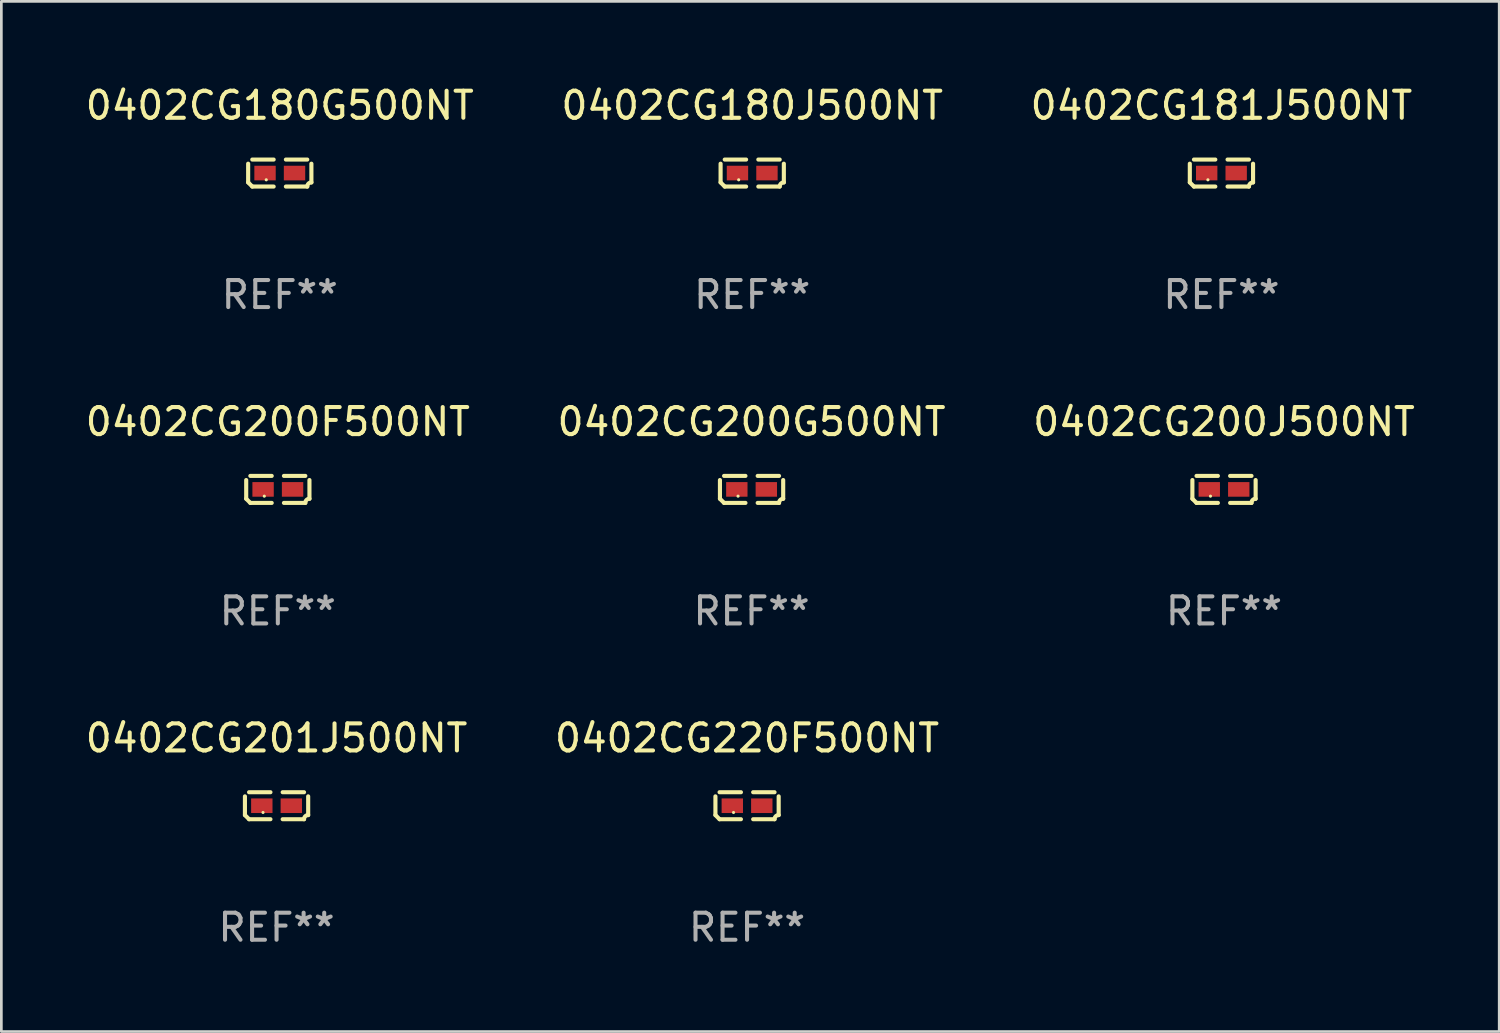
<source format=kicad_pcb>
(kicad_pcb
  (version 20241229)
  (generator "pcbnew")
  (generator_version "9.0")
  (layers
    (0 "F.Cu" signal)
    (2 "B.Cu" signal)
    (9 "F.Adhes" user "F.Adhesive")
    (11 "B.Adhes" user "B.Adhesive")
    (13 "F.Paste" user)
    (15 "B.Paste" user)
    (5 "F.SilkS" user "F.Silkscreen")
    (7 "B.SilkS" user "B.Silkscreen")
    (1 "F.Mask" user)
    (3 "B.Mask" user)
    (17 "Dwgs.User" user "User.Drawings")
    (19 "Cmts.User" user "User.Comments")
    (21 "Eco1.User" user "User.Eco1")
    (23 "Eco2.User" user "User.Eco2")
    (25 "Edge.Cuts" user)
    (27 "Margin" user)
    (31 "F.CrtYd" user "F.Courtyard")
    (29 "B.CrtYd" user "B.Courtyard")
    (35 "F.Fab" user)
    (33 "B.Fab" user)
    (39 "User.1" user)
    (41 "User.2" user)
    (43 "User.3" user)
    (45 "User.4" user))
  (footprint "0402CG201J500NT"
    (layer "F.Cu")
    (at 7.173 26.734)
    (property "Reference" "0402CG201J500NT" (at 0 -2.499 0) (layer "F.SilkS") (effects (font (size 1 1) (thickness 0.15))))
    (attr through_hole)
    (fp_line (start -1.169 0.346) (end -1.169 -0.346) (stroke (width 0.152) (type solid)) (layer "F.SilkS"))
    (fp_line (start -1.016 -0.499) (end -0.226 -0.499) (stroke (width 0.152) (type solid)) (layer "F.SilkS"))
    (fp_line (start -0.226 0.499) (end -1.016 0.499) (stroke (width 0.152) (type solid)) (layer "F.SilkS"))
    (fp_line (start 0.226 0.499) (end 1.016 0.499) (stroke (width 0.152) (type solid)) (layer "F.SilkS"))
    (fp_line (start 1.016 -0.499) (end 0.226 -0.499) (stroke (width 0.152) (type solid)) (layer "F.SilkS"))
    (fp_line (start 1.169 0.346) (end 1.169 -0.346) (stroke (width 0.152) (type solid)) (layer "F.SilkS"))
    (fp_arc (start -1.016307 0.498603) (mid -1.092512 0.422405) (end -1.16871 0.3462) (stroke (width 0.1524) (type solid)) (layer "F.SilkS"))
    (fp_arc (start 1.016307 0.498603) (mid 1.060899 0.390758) (end 1.168707 0.346076) (stroke (width 0.1524) (type solid)) (layer "F.SilkS"))
    (fp_circle (center -0.5 0.25) (end -0.47 0.25) (stroke (width 0.06) (type solid)) (fill no) (layer "F.SilkS"))
    (fp_text user "REF**" (at 0 4.499 0) (layer "F.Fab") (effects (font (size 1 1) (thickness 0.15))))
    (pad "1" smd rect (at -0.545 0) (size 0.79 0.54) (layers "F.Cu" "F.Mask" "F.Paste"))
    (pad "2" smd rect (at 0.545 0) (size 0.79 0.54) (layers "F.Cu" "F.Mask" "F.Paste")))
  (footprint "0402CG200G500NT"
    (layer "F.Cu")
    (at 24.732 15.041)
    (property "Reference" "0402CG200G500NT" (at 0 -2.499 0) (layer "F.SilkS") (effects (font (size 1 1) (thickness 0.15))))
    (attr through_hole)
    (fp_line (start -1.169 0.346) (end -1.169 -0.346) (stroke (width 0.152) (type solid)) (layer "F.SilkS"))
    (fp_line (start -1.016 -0.499) (end -0.226 -0.499) (stroke (width 0.152) (type solid)) (layer "F.SilkS"))
    (fp_line (start -0.226 0.499) (end -1.016 0.499) (stroke (width 0.152) (type solid)) (layer "F.SilkS"))
    (fp_line (start 0.226 0.499) (end 1.016 0.499) (stroke (width 0.152) (type solid)) (layer "F.SilkS"))
    (fp_line (start 1.016 -0.499) (end 0.226 -0.499) (stroke (width 0.152) (type solid)) (layer "F.SilkS"))
    (fp_line (start 1.169 0.346) (end 1.169 -0.346) (stroke (width 0.152) (type solid)) (layer "F.SilkS"))
    (fp_arc (start -1.016307 0.498603) (mid -1.092512 0.422405) (end -1.16871 0.3462) (stroke (width 0.1524) (type solid)) (layer "F.SilkS"))
    (fp_arc (start 1.016307 0.498603) (mid 1.060899 0.390758) (end 1.168707 0.346076) (stroke (width 0.1524) (type solid)) (layer "F.SilkS"))
    (fp_circle (center -0.5 0.25) (end -0.47 0.25) (stroke (width 0.06) (type solid)) (fill no) (layer "F.SilkS"))
    (fp_text user "REF**" (at 0 4.499 0) (layer "F.Fab") (effects (font (size 1 1) (thickness 0.15))))
    (pad "1" smd rect (at -0.545 0) (size 0.79 0.54) (layers "F.Cu" "F.Mask" "F.Paste"))
    (pad "2" smd rect (at 0.545 0) (size 0.79 0.54) (layers "F.Cu" "F.Mask" "F.Paste")))
  (footprint "0402CG180J500NT"
    (layer "F.Cu")
    (at 24.756 3.347)
    (property "Reference" "0402CG180J500NT" (at 0 -2.499 0) (layer "F.SilkS") (effects (font (size 1 1) (thickness 0.15))))
    (attr through_hole)
    (fp_line (start -1.169 0.346) (end -1.169 -0.346) (stroke (width 0.152) (type solid)) (layer "F.SilkS"))
    (fp_line (start -1.016 -0.499) (end -0.226 -0.499) (stroke (width 0.152) (type solid)) (layer "F.SilkS"))
    (fp_line (start -0.226 0.499) (end -1.016 0.499) (stroke (width 0.152) (type solid)) (layer "F.SilkS"))
    (fp_line (start 0.226 0.499) (end 1.016 0.499) (stroke (width 0.152) (type solid)) (layer "F.SilkS"))
    (fp_line (start 1.016 -0.499) (end 0.226 -0.499) (stroke (width 0.152) (type solid)) (layer "F.SilkS"))
    (fp_line (start 1.169 0.346) (end 1.169 -0.346) (stroke (width 0.152) (type solid)) (layer "F.SilkS"))
    (fp_arc (start -1.016307 0.498603) (mid -1.092512 0.422405) (end -1.16871 0.3462) (stroke (width 0.1524) (type solid)) (layer "F.SilkS"))
    (fp_arc (start 1.016307 0.498603) (mid 1.060899 0.390758) (end 1.168707 0.346076) (stroke (width 0.1524) (type solid)) (layer "F.SilkS"))
    (fp_circle (center -0.5 0.25) (end -0.47 0.25) (stroke (width 0.06) (type solid)) (fill no) (layer "F.SilkS"))
    (fp_text user "REF**" (at 0 4.499 0) (layer "F.Fab") (effects (font (size 1 1) (thickness 0.15))))
    (pad "1" smd rect (at -0.545 0) (size 0.79 0.54) (layers "F.Cu" "F.Mask" "F.Paste"))
    (pad "2" smd rect (at 0.545 0) (size 0.79 0.54) (layers "F.Cu" "F.Mask" "F.Paste")))
  (footprint "0402CG200J500NT"
    (layer "F.Cu")
    (at 42.196 15.041)
    (property "Reference" "0402CG200J500NT" (at 0 -2.499 0) (layer "F.SilkS") (effects (font (size 1 1) (thickness 0.15))))
    (attr through_hole)
    (fp_line (start -1.169 0.346) (end -1.169 -0.346) (stroke (width 0.152) (type solid)) (layer "F.SilkS"))
    (fp_line (start -1.016 -0.499) (end -0.226 -0.499) (stroke (width 0.152) (type solid)) (layer "F.SilkS"))
    (fp_line (start -0.226 0.499) (end -1.016 0.499) (stroke (width 0.152) (type solid)) (layer "F.SilkS"))
    (fp_line (start 0.226 0.499) (end 1.016 0.499) (stroke (width 0.152) (type solid)) (layer "F.SilkS"))
    (fp_line (start 1.016 -0.499) (end 0.226 -0.499) (stroke (width 0.152) (type solid)) (layer "F.SilkS"))
    (fp_line (start 1.169 0.346) (end 1.169 -0.346) (stroke (width 0.152) (type solid)) (layer "F.SilkS"))
    (fp_arc (start -1.016307 0.498603) (mid -1.092512 0.422405) (end -1.16871 0.3462) (stroke (width 0.1524) (type solid)) (layer "F.SilkS"))
    (fp_arc (start 1.016307 0.498603) (mid 1.060899 0.390758) (end 1.168707 0.346076) (stroke (width 0.1524) (type solid)) (layer "F.SilkS"))
    (fp_circle (center -0.5 0.25) (end -0.47 0.25) (stroke (width 0.06) (type solid)) (fill no) (layer "F.SilkS"))
    (fp_text user "REF**" (at 0 4.499 0) (layer "F.Fab") (effects (font (size 1 1) (thickness 0.15))))
    (pad "1" smd rect (at -0.545 0) (size 0.79 0.54) (layers "F.Cu" "F.Mask" "F.Paste"))
    (pad "2" smd rect (at 0.545 0) (size 0.79 0.54) (layers "F.Cu" "F.Mask" "F.Paste")))
  (footprint "0402CG200F500NT"
    (layer "F.Cu")
    (at 7.22 15.041)
    (property "Reference" "0402CG200F500NT" (at 0 -2.499 0) (layer "F.SilkS") (effects (font (size 1 1) (thickness 0.15))))
    (attr through_hole)
    (fp_line (start -1.169 0.346) (end -1.169 -0.346) (stroke (width 0.152) (type solid)) (layer "F.SilkS"))
    (fp_line (start -1.016 -0.499) (end -0.226 -0.499) (stroke (width 0.152) (type solid)) (layer "F.SilkS"))
    (fp_line (start -0.226 0.499) (end -1.016 0.499) (stroke (width 0.152) (type solid)) (layer "F.SilkS"))
    (fp_line (start 0.226 0.499) (end 1.016 0.499) (stroke (width 0.152) (type solid)) (layer "F.SilkS"))
    (fp_line (start 1.016 -0.499) (end 0.226 -0.499) (stroke (width 0.152) (type solid)) (layer "F.SilkS"))
    (fp_line (start 1.169 0.346) (end 1.169 -0.346) (stroke (width 0.152) (type solid)) (layer "F.SilkS"))
    (fp_arc (start -1.016307 0.498603) (mid -1.092512 0.422405) (end -1.16871 0.3462) (stroke (width 0.1524) (type solid)) (layer "F.SilkS"))
    (fp_arc (start 1.016307 0.498603) (mid 1.060899 0.390758) (end 1.168707 0.346076) (stroke (width 0.1524) (type solid)) (layer "F.SilkS"))
    (fp_circle (center -0.5 0.25) (end -0.47 0.25) (stroke (width 0.06) (type solid)) (fill no) (layer "F.SilkS"))
    (fp_text user "REF**" (at 0 4.499 0) (layer "F.Fab") (effects (font (size 1 1) (thickness 0.15))))
    (pad "1" smd rect (at -0.545 0) (size 0.79 0.54) (layers "F.Cu" "F.Mask" "F.Paste"))
    (pad "2" smd rect (at 0.545 0) (size 0.79 0.54) (layers "F.Cu" "F.Mask" "F.Paste")))
  (footprint "0402CG181J500NT"
    (layer "F.Cu")
    (at 42.101 3.347)
    (property "Reference" "0402CG181J500NT" (at 0 -2.499 0) (layer "F.SilkS") (effects (font (size 1 1) (thickness 0.15))))
    (attr through_hole)
    (fp_line (start -1.169 0.346) (end -1.169 -0.346) (stroke (width 0.152) (type solid)) (layer "F.SilkS"))
    (fp_line (start -1.016 -0.499) (end -0.226 -0.499) (stroke (width 0.152) (type solid)) (layer "F.SilkS"))
    (fp_line (start -0.226 0.499) (end -1.016 0.499) (stroke (width 0.152) (type solid)) (layer "F.SilkS"))
    (fp_line (start 0.226 0.499) (end 1.016 0.499) (stroke (width 0.152) (type solid)) (layer "F.SilkS"))
    (fp_line (start 1.016 -0.499) (end 0.226 -0.499) (stroke (width 0.152) (type solid)) (layer "F.SilkS"))
    (fp_line (start 1.169 0.346) (end 1.169 -0.346) (stroke (width 0.152) (type solid)) (layer "F.SilkS"))
    (fp_arc (start -1.016307 0.498603) (mid -1.092512 0.422405) (end -1.16871 0.3462) (stroke (width 0.1524) (type solid)) (layer "F.SilkS"))
    (fp_arc (start 1.016307 0.498603) (mid 1.060899 0.390758) (end 1.168707 0.346076) (stroke (width 0.1524) (type solid)) (layer "F.SilkS"))
    (fp_circle (center -0.5 0.25) (end -0.47 0.25) (stroke (width 0.06) (type solid)) (fill no) (layer "F.SilkS"))
    (fp_text user "REF**" (at 0 4.499 0) (layer "F.Fab") (effects (font (size 1 1) (thickness 0.15))))
    (pad "1" smd rect (at -0.545 0) (size 0.79 0.54) (layers "F.Cu" "F.Mask" "F.Paste"))
    (pad "2" smd rect (at 0.545 0) (size 0.79 0.54) (layers "F.Cu" "F.Mask" "F.Paste")))
  (footprint "0402CG220F500NT"
    (layer "F.Cu")
    (at 24.565 26.734)
    (property "Reference" "0402CG220F500NT" (at 0 -2.499 0) (layer "F.SilkS") (effects (font (size 1 1) (thickness 0.15))))
    (attr through_hole)
    (fp_line (start -1.169 0.346) (end -1.169 -0.346) (stroke (width 0.152) (type solid)) (layer "F.SilkS"))
    (fp_line (start -1.016 -0.499) (end -0.226 -0.499) (stroke (width 0.152) (type solid)) (layer "F.SilkS"))
    (fp_line (start -0.226 0.499) (end -1.016 0.499) (stroke (width 0.152) (type solid)) (layer "F.SilkS"))
    (fp_line (start 0.226 0.499) (end 1.016 0.499) (stroke (width 0.152) (type solid)) (layer "F.SilkS"))
    (fp_line (start 1.016 -0.499) (end 0.226 -0.499) (stroke (width 0.152) (type solid)) (layer "F.SilkS"))
    (fp_line (start 1.169 0.346) (end 1.169 -0.346) (stroke (width 0.152) (type solid)) (layer "F.SilkS"))
    (fp_arc (start -1.016307 0.498603) (mid -1.092512 0.422405) (end -1.16871 0.3462) (stroke (width 0.1524) (type solid)) (layer "F.SilkS"))
    (fp_arc (start 1.016307 0.498603) (mid 1.060899 0.390758) (end 1.168707 0.346076) (stroke (width 0.1524) (type solid)) (layer "F.SilkS"))
    (fp_circle (center -0.5 0.25) (end -0.47 0.25) (stroke (width 0.06) (type solid)) (fill no) (layer "F.SilkS"))
    (fp_text user "REF**" (at 0 4.499 0) (layer "F.Fab") (effects (font (size 1 1) (thickness 0.15))))
    (pad "1" smd rect (at -0.545 0) (size 0.79 0.54) (layers "F.Cu" "F.Mask" "F.Paste"))
    (pad "2" smd rect (at 0.545 0) (size 0.79 0.54) (layers "F.Cu" "F.Mask" "F.Paste")))
  (footprint "0402CG180G500NT"
    (layer "F.Cu")
    (at 7.292 3.347)
    (property "Reference" "0402CG180G500NT" (at 0 -2.499 0) (layer "F.SilkS") (effects (font (size 1 1) (thickness 0.15))))
    (attr through_hole)
    (fp_line (start -1.169 0.346) (end -1.169 -0.346) (stroke (width 0.152) (type solid)) (layer "F.SilkS"))
    (fp_line (start -1.016 -0.499) (end -0.226 -0.499) (stroke (width 0.152) (type solid)) (layer "F.SilkS"))
    (fp_line (start -0.226 0.499) (end -1.016 0.499) (stroke (width 0.152) (type solid)) (layer "F.SilkS"))
    (fp_line (start 0.226 0.499) (end 1.016 0.499) (stroke (width 0.152) (type solid)) (layer "F.SilkS"))
    (fp_line (start 1.016 -0.499) (end 0.226 -0.499) (stroke (width 0.152) (type solid)) (layer "F.SilkS"))
    (fp_line (start 1.169 0.346) (end 1.169 -0.346) (stroke (width 0.152) (type solid)) (layer "F.SilkS"))
    (fp_arc (start -1.016307 0.498603) (mid -1.092512 0.422405) (end -1.16871 0.3462) (stroke (width 0.1524) (type solid)) (layer "F.SilkS"))
    (fp_arc (start 1.016307 0.498603) (mid 1.060899 0.390758) (end 1.168707 0.346076) (stroke (width 0.1524) (type solid)) (layer "F.SilkS"))
    (fp_circle (center -0.5 0.25) (end -0.47 0.25) (stroke (width 0.06) (type solid)) (fill no) (layer "F.SilkS"))
    (fp_text user "REF**" (at 0 4.499 0) (layer "F.Fab") (effects (font (size 1 1) (thickness 0.15))))
    (pad "1" smd rect (at -0.545 0) (size 0.79 0.54) (layers "F.Cu" "F.Mask" "F.Paste"))
    (pad "2" smd rect (at 0.545 0) (size 0.79 0.54) (layers "F.Cu" "F.Mask" "F.Paste")))
  (gr_rect
    (start -3 -3)
    (end 52.369 35.081)
    (stroke (width 0.1) (type default))
    (fill no)
    (layer "Edge.Cuts")))
</source>
